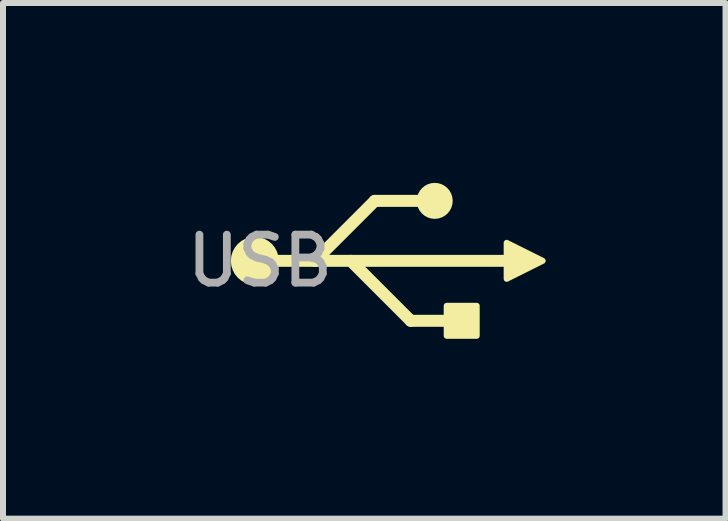
<source format=kicad_pcb>
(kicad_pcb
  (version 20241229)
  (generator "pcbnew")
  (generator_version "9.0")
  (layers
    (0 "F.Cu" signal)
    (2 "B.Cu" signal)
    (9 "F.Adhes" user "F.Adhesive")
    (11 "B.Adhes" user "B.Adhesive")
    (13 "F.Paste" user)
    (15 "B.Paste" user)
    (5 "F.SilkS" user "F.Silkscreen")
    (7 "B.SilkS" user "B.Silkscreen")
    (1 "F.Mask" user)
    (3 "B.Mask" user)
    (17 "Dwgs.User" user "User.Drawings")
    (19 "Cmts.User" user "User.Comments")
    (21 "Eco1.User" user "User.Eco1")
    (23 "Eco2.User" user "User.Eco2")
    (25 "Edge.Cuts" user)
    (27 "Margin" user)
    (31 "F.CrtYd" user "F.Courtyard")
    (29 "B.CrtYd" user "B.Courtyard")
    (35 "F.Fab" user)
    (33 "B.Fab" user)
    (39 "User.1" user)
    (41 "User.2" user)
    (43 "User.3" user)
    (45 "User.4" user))
  (footprint "USB"
    (layer "F.Cu")
    (at 3.4 1.3)
    (property "Reference" "USB" (at -3.4 0 0) (layer "F.Fab") (effects (font (size 0.8 0.8) (thickness 0.13)) (justify left)))
    (attr through_hole)
    (fp_line (start -2.2 0) (end 2.2 0) (stroke (width 0.2) (type solid)) (layer "F.SilkS"))
    (fp_line (start -1.2 0) (end -0.2 -1) (stroke (width 0.2) (type solid)) (layer "F.SilkS"))
    (fp_line (start -0.2 -1) (end 0.8 -1) (stroke (width 0.2) (type solid)) (layer "F.SilkS"))
    (fp_line (start 0.4 1) (end -0.6 0) (stroke (width 0.2) (type solid)) (layer "F.SilkS"))
    (fp_line (start 0.4 1) (end 1.4 1) (stroke (width 0.2) (type solid)) (layer "F.SilkS"))
    (fp_circle (center -2.2 0) (end -2 0) (stroke (width 0.4) (type solid)) (fill no) (layer "F.SilkS"))
    (fp_circle (center 0.8 -1) (end 0.95 -1) (stroke (width 0.3) (type solid)) (fill no) (layer "F.SilkS"))
    (fp_poly (pts (xy 2.6 0) (xy 2 0.3) (xy 2 -0.3)) (stroke (width 0.1) (type solid)) (fill yes) (layer "F.SilkS"))
    (fp_poly (pts (xy 1.5 1.25) (xy 1 1.25) (xy 1 0.75) (xy 1.5 0.75)) (stroke (width 0.1) (type solid)) (fill yes) (layer "F.SilkS")))
  (gr_rect
    (start -3 -3)
    (end 9.05 5.6)
    (stroke (width 0.1) (type default))
    (fill no)
    (layer "Edge.Cuts")))
</source>
